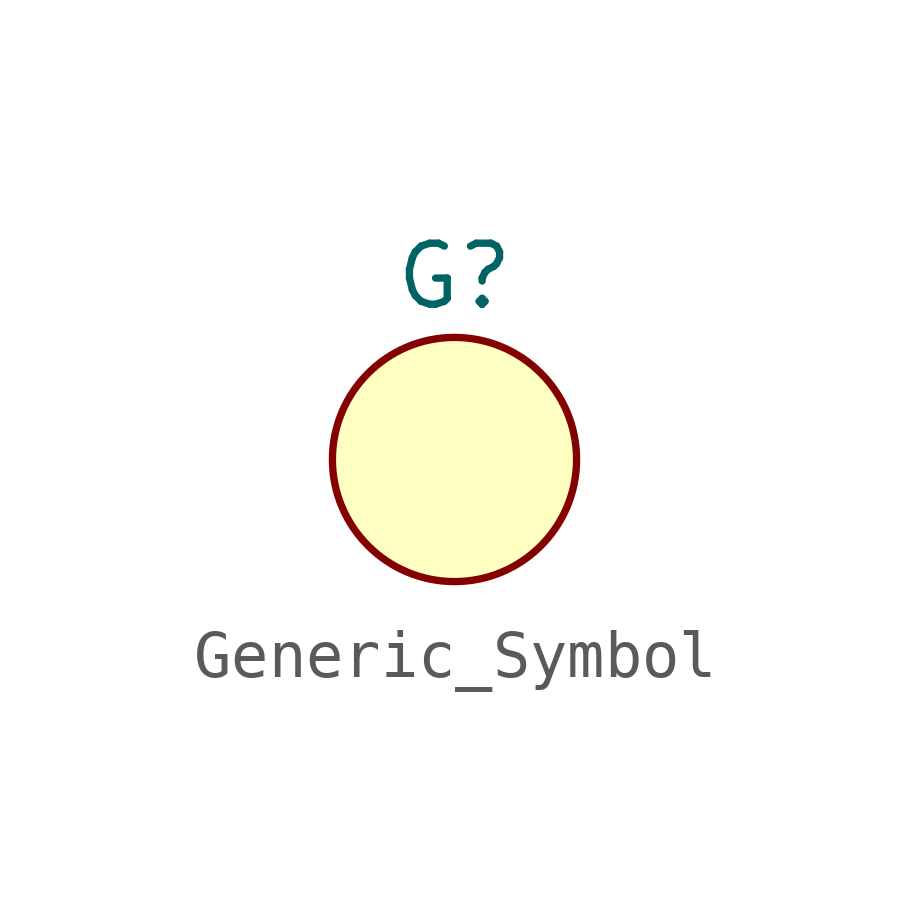
<source format=kicad_sym>
(kicad_symbol_lib
  (version 20231120)
  (generator "kicad_symbol_editor")
  (generator_version "8.0")
  (symbol "Generic_Symbol"
    (property "Reference" "G"
      (at 0 0 0)
      (effects (font (size 1.27 1.27))))
    (property "Value" ""
      (at 0 0 0)
      (effects (font (size 1.27 1.27))))
    (symbol "Generic_Symbol_1_1"
      (circle (center 0 -3.81) (radius 2.54) (stroke (width 0) (type default)) (fill (type background))))))
</source>
